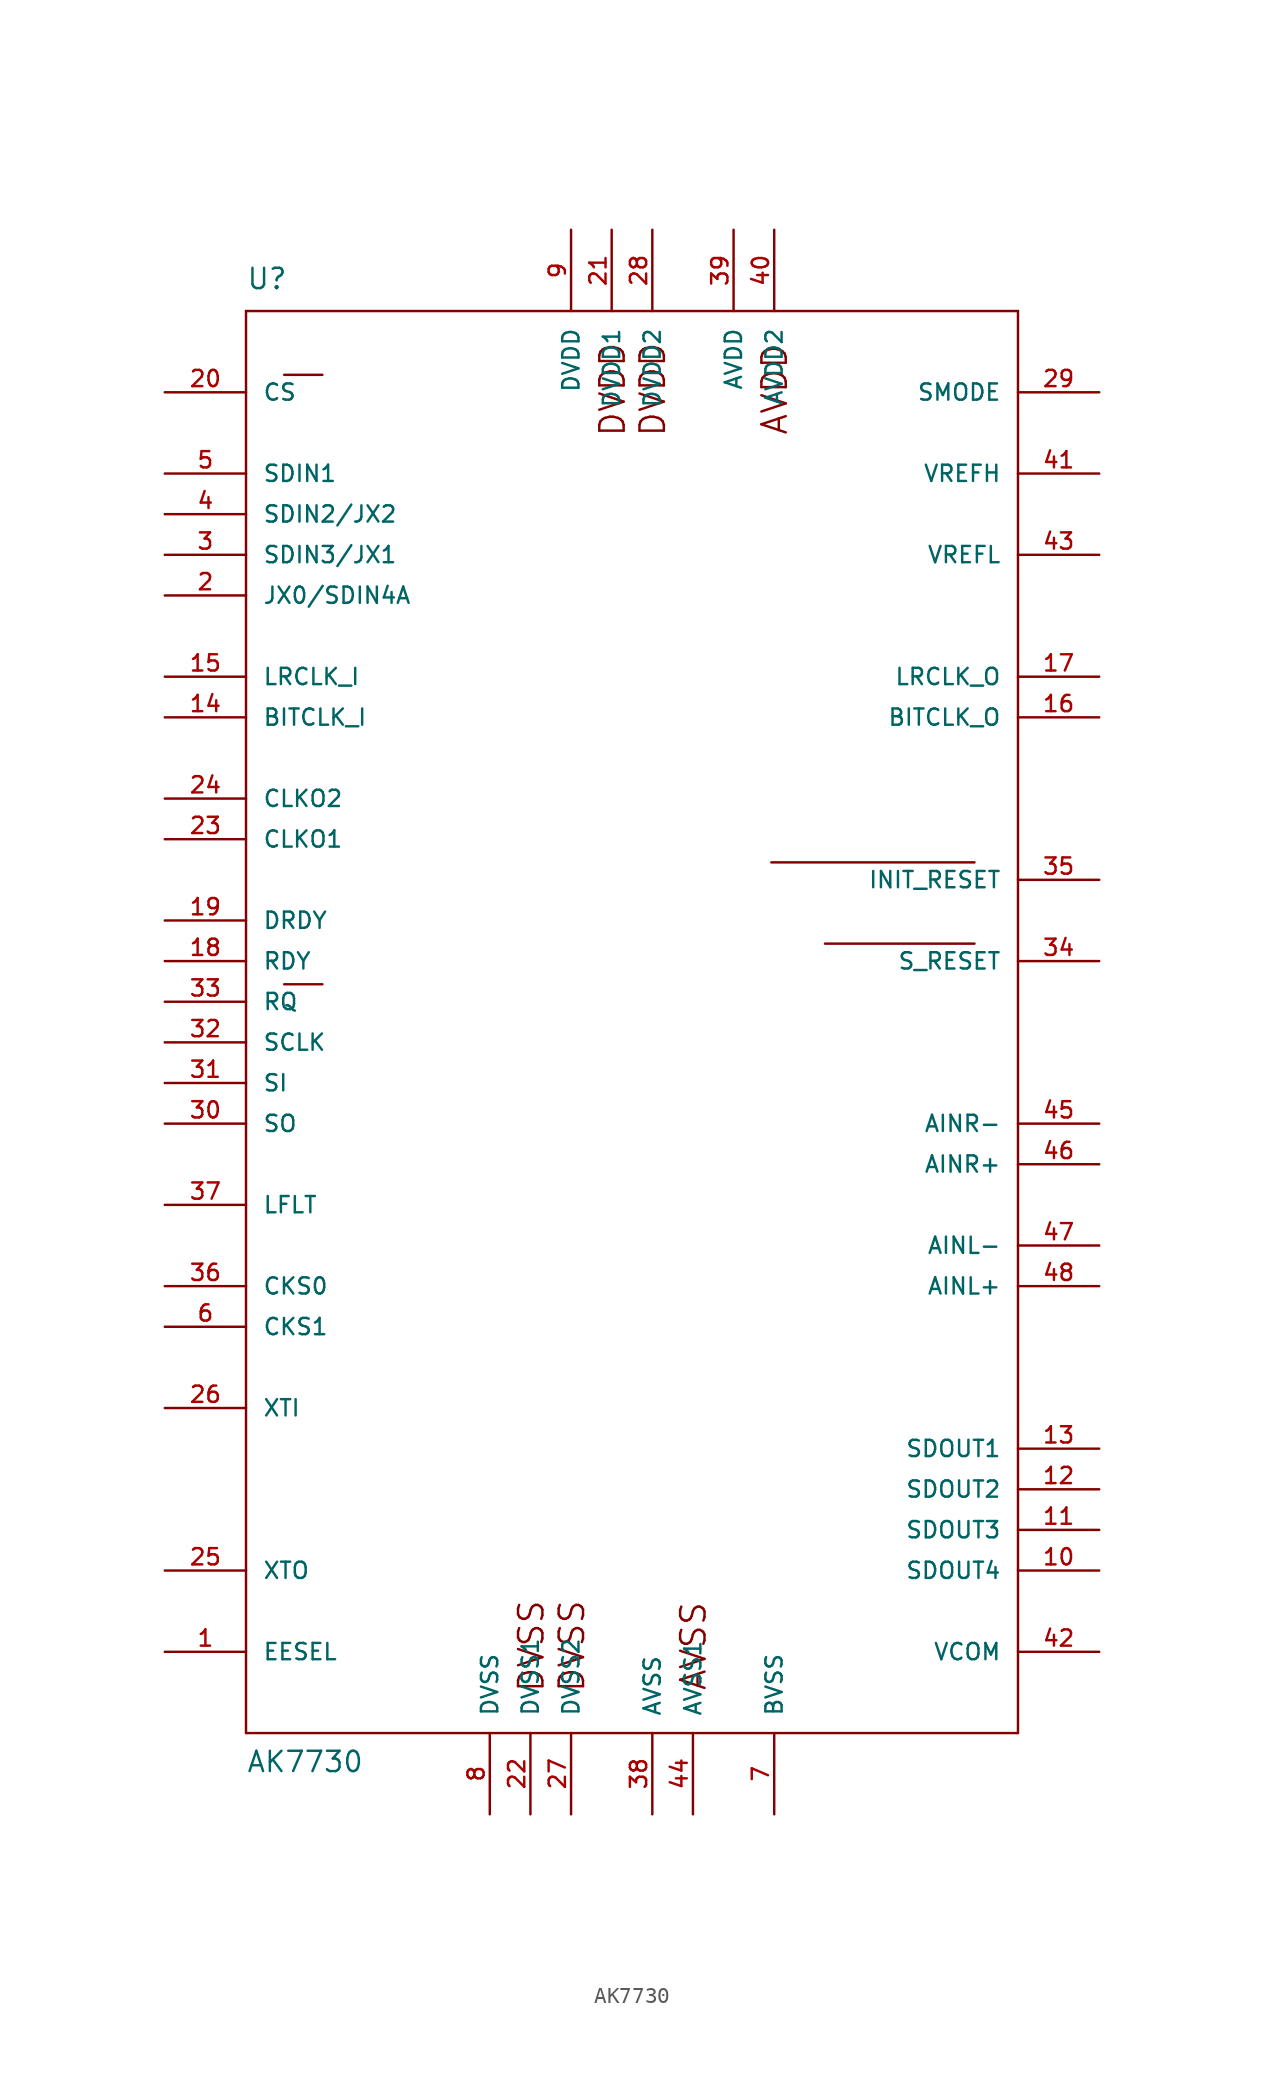
<source format=kicad_sym>
(kicad_symbol_lib
  (version 20211014)
  (generator kicad_symbol_editor)
  (symbol "AK7730"
    (pin_names
      (offset 1.016))
    (property "Reference" "U"
      (at -25.4 46.99 0)
      (effects (font (size 1.27 1.27)) (justify left bottom)))
    (property "Value" "AK7730"
      (at -25.4 -45.72 0)
      (effects (font (size 1.27 1.27)) (justify left bottom)))
    (property "ki_locked" ""
      (at 0 0 0)
      (effects (font (size 1.27 1.27))))
    (symbol "AK7730_1_0"
      (polyline (pts (xy -25.4 -43.18) (xy -25.4 45.72)) (stroke (width 0) (type default) (color 0 0 0 0)) (fill (type none)))
      (polyline (pts (xy -25.4 45.72) (xy 22.86 45.72)) (stroke (width 0) (type default) (color 0 0 0 0)) (fill (type none)))
      (polyline (pts (xy -23.012 3.632) (xy -20.625 3.632)) (stroke (width 0) (type default) (color 0 0 0 0)) (fill (type none)))
      (polyline (pts (xy -23.012 41.732) (xy -20.625 41.732)) (stroke (width 0) (type default) (color 0 0 0 0)) (fill (type none)))
      (polyline (pts (xy 7.442 11.252) (xy 20.142 11.252)) (stroke (width 0) (type default) (color 0 0 0 0)) (fill (type none)))
      (polyline (pts (xy 10.795 6.172) (xy 20.142 6.172)) (stroke (width 0) (type default) (color 0 0 0 0)) (fill (type none)))
      (polyline (pts (xy 22.86 -43.18) (xy -25.4 -43.18)) (stroke (width 0) (type default) (color 0 0 0 0)) (fill (type none)))
      (polyline (pts (xy 22.86 45.72) (xy 22.86 -43.18)) (stroke (width 0) (type default) (color 0 0 0 0)) (fill (type none)))
      (text "AVDD" (at 7.645 40.818 1) (effects (font (size 1.524 1.524))))
      (text "AVSS" (at 2.565 -37.744 1) (effects (font (size 1.524 1.524))))
      (text "DVDD" (at -2.489 40.818 1) (effects (font (size 1.524 1.524))))
      (text "DVDD" (at 0.025 40.818 1) (effects (font (size 1.524 1.524))))
      (text "DVSS" (at -7.569 -37.744 1) (effects (font (size 1.524 1.524))))
      (text "DVSS" (at -5.029 -37.744 1) (effects (font (size 1.524 1.524)))))
    (symbol "AK7730_1_1"
      (pin input line (at -30.48 -38.1 0) (length 5.08) (name "EESEL" (effects (font (size 1.016 1.016)))) (number "1" (effects (font (size 1.016 1.016)))))
      (pin output line (at 27.94 -33.02 180) (length 5.08) (name "SDOUT4" (effects (font (size 1.016 1.016)))) (number "10" (effects (font (size 1.016 1.016)))))
      (pin output line (at 27.94 -30.48 180) (length 5.08) (name "SDOUT3" (effects (font (size 1.016 1.016)))) (number "11" (effects (font (size 1.016 1.016)))))
      (pin output line (at 27.94 -27.94 180) (length 5.08) (name "SDOUT2" (effects (font (size 1.016 1.016)))) (number "12" (effects (font (size 1.016 1.016)))))
      (pin output line (at 27.94 -25.4 180) (length 5.08) (name "SDOUT1" (effects (font (size 1.016 1.016)))) (number "13" (effects (font (size 1.016 1.016)))))
      (pin input line (at -30.48 20.32 0) (length 5.08) (name "BITCLK_I" (effects (font (size 1.016 1.016)))) (number "14" (effects (font (size 1.016 1.016)))))
      (pin bidirectional line (at -30.48 22.86 0) (length 5.08) (name "LRCLK_I" (effects (font (size 1.016 1.016)))) (number "15" (effects (font (size 1.016 1.016)))))
      (pin bidirectional line (at 27.94 20.32 180) (length 5.08) (name "BITCLK_O" (effects (font (size 1.016 1.016)))) (number "16" (effects (font (size 1.016 1.016)))))
      (pin output line (at 27.94 22.86 180) (length 5.08) (name "LRCLK_O" (effects (font (size 1.016 1.016)))) (number "17" (effects (font (size 1.016 1.016)))))
      (pin output line (at -30.48 5.08 0) (length 5.08) (name "RDY" (effects (font (size 1.016 1.016)))) (number "18" (effects (font (size 1.016 1.016)))))
      (pin output line (at -30.48 7.62 0) (length 5.08) (name "DRDY" (effects (font (size 1.016 1.016)))) (number "19" (effects (font (size 1.016 1.016)))))
      (pin input line (at -30.48 27.94 0) (length 5.08) (name "JX0/SDIN4A" (effects (font (size 1.016 1.016)))) (number "2" (effects (font (size 1.016 1.016)))))
      (pin input line (at -30.48 40.64 0) (length 5.08) (name "CS" (effects (font (size 1.016 1.016)))) (number "20" (effects (font (size 1.016 1.016)))))
      (pin power_in line (at -2.54 50.8 270) (length 5.08) (name "DVDD1" (effects (font (size 1.016 1.016)))) (number "21" (effects (font (size 1.016 1.016)))))
      (pin power_in line (at -7.62 -48.26 90) (length 5.08) (name "DVSS1" (effects (font (size 1.016 1.016)))) (number "22" (effects (font (size 1.016 1.016)))))
      (pin output line (at -30.48 12.7 0) (length 5.08) (name "CLKO1" (effects (font (size 1.016 1.016)))) (number "23" (effects (font (size 1.016 1.016)))))
      (pin output line (at -30.48 15.24 0) (length 5.08) (name "CLKO2" (effects (font (size 1.016 1.016)))) (number "24" (effects (font (size 1.016 1.016)))))
      (pin output line (at -30.48 -33.02 0) (length 5.08) (name "XTO" (effects (font (size 1.016 1.016)))) (number "25" (effects (font (size 1.016 1.016)))))
      (pin input line (at -30.48 -22.86 0) (length 5.08) (name "XTI" (effects (font (size 1.016 1.016)))) (number "26" (effects (font (size 1.016 1.016)))))
      (pin power_in line (at -5.08 -48.26 90) (length 5.08) (name "DVSS2" (effects (font (size 1.016 1.016)))) (number "27" (effects (font (size 1.016 1.016)))))
      (pin power_in line (at 0 50.8 270) (length 5.08) (name "DVDD2" (effects (font (size 1.016 1.016)))) (number "28" (effects (font (size 1.016 1.016)))))
      (pin bidirectional line (at 27.94 40.64 180) (length 5.08) (name "SMODE" (effects (font (size 1.016 1.016)))) (number "29" (effects (font (size 1.016 1.016)))))
      (pin input line (at -30.48 30.48 0) (length 5.08) (name "SDIN3/JX1" (effects (font (size 1.016 1.016)))) (number "3" (effects (font (size 1.016 1.016)))))
      (pin bidirectional line (at -30.48 -5.08 0) (length 5.08) (name "SO" (effects (font (size 1.016 1.016)))) (number "30" (effects (font (size 1.016 1.016)))))
      (pin input line (at -30.48 -2.54 0) (length 5.08) (name "SI" (effects (font (size 1.016 1.016)))) (number "31" (effects (font (size 1.016 1.016)))))
      (pin input line (at -30.48 0 0) (length 5.08) (name "SCLK" (effects (font (size 1.016 1.016)))) (number "32" (effects (font (size 1.016 1.016)))))
      (pin input line (at -30.48 2.54 0) (length 5.08) (name "RQ" (effects (font (size 1.016 1.016)))) (number "33" (effects (font (size 1.016 1.016)))))
      (pin input line (at 27.94 5.08 180) (length 5.08) (name "S_RESET" (effects (font (size 1.016 1.016)))) (number "34" (effects (font (size 1.016 1.016)))))
      (pin input line (at 27.94 10.16 180) (length 5.08) (name "INIT_RESET" (effects (font (size 1.016 1.016)))) (number "35" (effects (font (size 1.016 1.016)))))
      (pin input line (at -30.48 -15.24 0) (length 5.08) (name "CKS0" (effects (font (size 1.016 1.016)))) (number "36" (effects (font (size 1.016 1.016)))))
      (pin bidirectional line (at -30.48 -10.16 0) (length 5.08) (name "LFLT" (effects (font (size 1.016 1.016)))) (number "37" (effects (font (size 1.016 1.016)))))
      (pin power_in line (at 0 -48.26 90) (length 5.08) (name "AVSS" (effects (font (size 1.016 1.016)))) (number "38" (effects (font (size 1.016 1.016)))))
      (pin power_in line (at 5.08 50.8 270) (length 5.08) (name "AVDD" (effects (font (size 1.016 1.016)))) (number "39" (effects (font (size 1.016 1.016)))))
      (pin input line (at -30.48 33.02 0) (length 5.08) (name "SDIN2/JX2" (effects (font (size 1.016 1.016)))) (number "4" (effects (font (size 1.016 1.016)))))
      (pin power_in line (at 7.62 50.8 270) (length 5.08) (name "AVDD2" (effects (font (size 1.016 1.016)))) (number "40" (effects (font (size 1.016 1.016)))))
      (pin input line (at 27.94 35.56 180) (length 5.08) (name "VREFH" (effects (font (size 1.016 1.016)))) (number "41" (effects (font (size 1.016 1.016)))))
      (pin output line (at 27.94 -38.1 180) (length 5.08) (name "VCOM" (effects (font (size 1.016 1.016)))) (number "42" (effects (font (size 1.016 1.016)))))
      (pin input line (at 27.94 30.48 180) (length 5.08) (name "VREFL" (effects (font (size 1.016 1.016)))) (number "43" (effects (font (size 1.016 1.016)))))
      (pin power_in line (at 2.54 -48.26 90) (length 5.08) (name "AVSS1" (effects (font (size 1.016 1.016)))) (number "44" (effects (font (size 1.016 1.016)))))
      (pin input line (at 27.94 -5.08 180) (length 5.08) (name "AINR-" (effects (font (size 1.016 1.016)))) (number "45" (effects (font (size 1.016 1.016)))))
      (pin input line (at 27.94 -7.62 180) (length 5.08) (name "AINR+" (effects (font (size 1.016 1.016)))) (number "46" (effects (font (size 1.016 1.016)))))
      (pin input line (at 27.94 -12.7 180) (length 5.08) (name "AINL-" (effects (font (size 1.016 1.016)))) (number "47" (effects (font (size 1.016 1.016)))))
      (pin input line (at 27.94 -15.24 180) (length 5.08) (name "AINL+" (effects (font (size 1.016 1.016)))) (number "48" (effects (font (size 1.016 1.016)))))
      (pin input line (at -30.48 35.56 0) (length 5.08) (name "SDIN1" (effects (font (size 1.016 1.016)))) (number "5" (effects (font (size 1.016 1.016)))))
      (pin input line (at -30.48 -17.78 0) (length 5.08) (name "CKS1" (effects (font (size 1.016 1.016)))) (number "6" (effects (font (size 1.016 1.016)))))
      (pin power_in line (at 7.62 -48.26 90) (length 5.08) (name "BVSS" (effects (font (size 1.016 1.016)))) (number "7" (effects (font (size 1.016 1.016)))))
      (pin power_in line (at -10.16 -48.26 90) (length 5.08) (name "DVSS" (effects (font (size 1.016 1.016)))) (number "8" (effects (font (size 1.016 1.016)))))
      (pin power_in line (at -5.08 50.8 270) (length 5.08) (name "DVDD" (effects (font (size 1.016 1.016)))) (number "9" (effects (font (size 1.016 1.016))))))))
</source>
